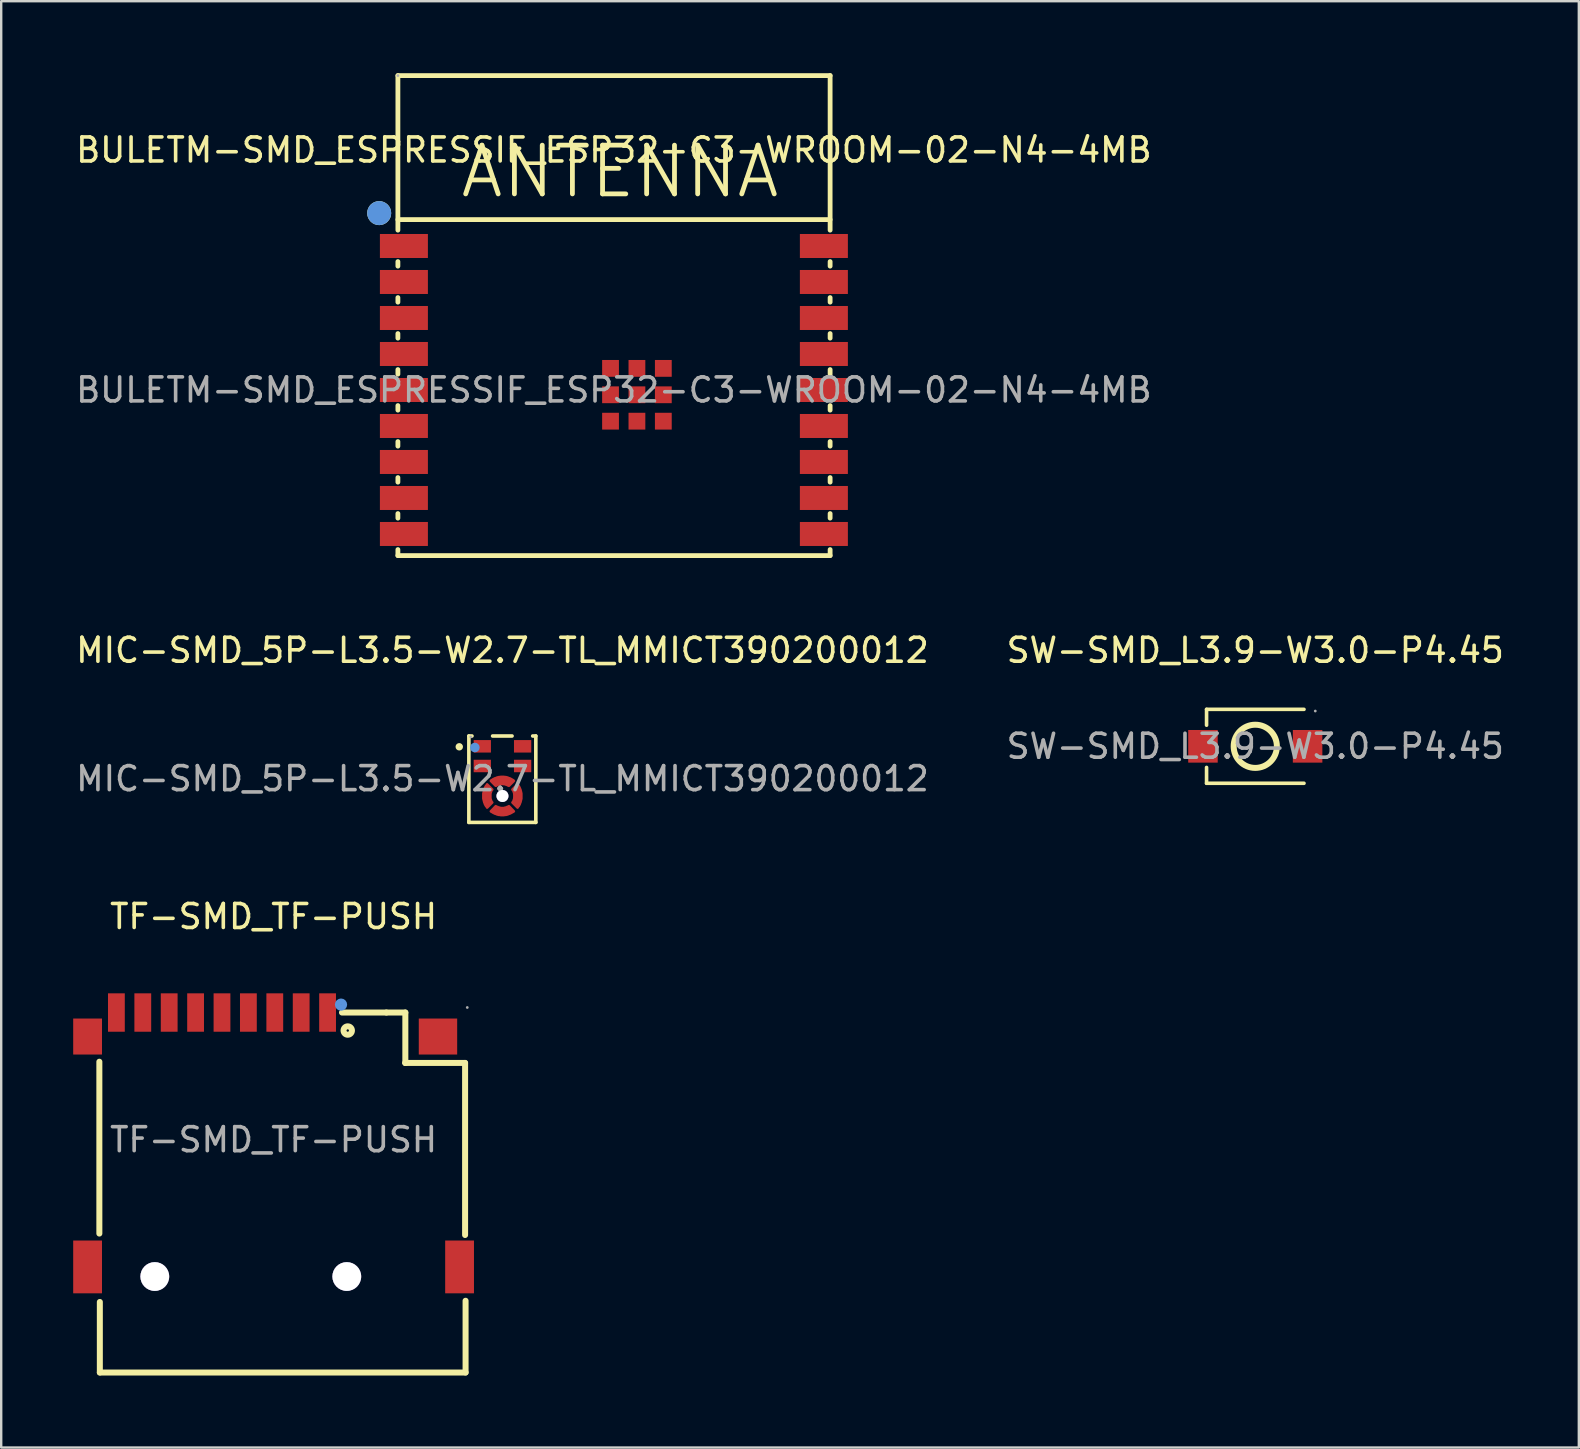
<source format=kicad_pcb>
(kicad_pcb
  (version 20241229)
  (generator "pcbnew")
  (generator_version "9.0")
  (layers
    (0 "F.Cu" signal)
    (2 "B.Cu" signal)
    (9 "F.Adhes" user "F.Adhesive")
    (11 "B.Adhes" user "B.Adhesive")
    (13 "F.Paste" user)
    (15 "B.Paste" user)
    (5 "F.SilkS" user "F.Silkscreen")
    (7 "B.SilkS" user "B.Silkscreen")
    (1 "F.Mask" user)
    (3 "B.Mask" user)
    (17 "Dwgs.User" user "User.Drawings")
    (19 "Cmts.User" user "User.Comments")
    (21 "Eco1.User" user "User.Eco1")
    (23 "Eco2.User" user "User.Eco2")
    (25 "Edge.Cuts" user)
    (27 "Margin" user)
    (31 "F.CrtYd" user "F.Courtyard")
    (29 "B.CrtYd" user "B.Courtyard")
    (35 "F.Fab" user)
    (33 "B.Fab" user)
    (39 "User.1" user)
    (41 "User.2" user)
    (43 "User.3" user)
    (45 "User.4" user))
  (footprint "BULETM-SMD_ESPRESSIF_ESP32-C3-WROOM-02-N4-4MB"
    (layer "F.Cu")
    (at 22.53 13.2)
    (property "Reference" "BULETM-SMD_ESPRESSIF_ESP32-C3-WROOM-02-N4-4MB" (at 0 -10 0) (layer "F.SilkS") (effects (font (size 1 1) (thickness 0.15))))
    (attr smd)
    (fp_line (start -9 -13.1) (end -9 -6.66) (stroke (width 0.2) (type solid)) (layer "F.SilkS"))
    (fp_line (start -9 -7.1) (end 9.01 -7.1) (stroke (width 0.2) (type solid)) (layer "F.SilkS"))
    (fp_line (start -9 -5.35) (end -9 -5.16) (stroke (width 0.2) (type solid)) (layer "F.SilkS"))
    (fp_line (start -9 -3.85) (end -9 -3.66) (stroke (width 0.2) (type solid)) (layer "F.SilkS"))
    (fp_line (start -9 -2.35) (end -9 -2.16) (stroke (width 0.2) (type solid)) (layer "F.SilkS"))
    (fp_line (start -9 -0.85) (end -9 -0.66) (stroke (width 0.2) (type solid)) (layer "F.SilkS"))
    (fp_line (start -9 0.65) (end -9 0.84) (stroke (width 0.2) (type solid)) (layer "F.SilkS"))
    (fp_line (start -9 2.15) (end -9 2.34) (stroke (width 0.2) (type solid)) (layer "F.SilkS"))
    (fp_line (start -9 3.65) (end -9 3.84) (stroke (width 0.2) (type solid)) (layer "F.SilkS"))
    (fp_line (start -9 5.15) (end -9 5.34) (stroke (width 0.2) (type solid)) (layer "F.SilkS"))
    (fp_line (start -9 6.65) (end -9 6.9) (stroke (width 0.2) (type solid)) (layer "F.SilkS"))
    (fp_line (start -9 6.9) (end 9.01 6.9) (stroke (width 0.2) (type solid)) (layer "F.SilkS"))
    (fp_line (start 9.01 -13.1) (end -9 -13.1) (stroke (width 0.2) (type solid)) (layer "F.SilkS"))
    (fp_line (start 9.01 -6.66) (end 9.01 -13.1) (stroke (width 0.2) (type solid)) (layer "F.SilkS"))
    (fp_line (start 9.01 -5.16) (end 9.01 -5.35) (stroke (width 0.2) (type solid)) (layer "F.SilkS"))
    (fp_line (start 9.01 -3.66) (end 9.01 -3.85) (stroke (width 0.2) (type solid)) (layer "F.SilkS"))
    (fp_line (start 9.01 -2.16) (end 9.01 -2.35) (stroke (width 0.2) (type solid)) (layer "F.SilkS"))
    (fp_line (start 9.01 -0.66) (end 9.01 -0.85) (stroke (width 0.2) (type solid)) (layer "F.SilkS"))
    (fp_line (start 9.01 0.84) (end 9.01 0.65) (stroke (width 0.2) (type solid)) (layer "F.SilkS"))
    (fp_line (start 9.01 2.34) (end 9.01 2.15) (stroke (width 0.2) (type solid)) (layer "F.SilkS"))
    (fp_line (start 9.01 3.84) (end 9.01 3.65) (stroke (width 0.2) (type solid)) (layer "F.SilkS"))
    (fp_line (start 9.01 5.34) (end 9.01 5.15) (stroke (width 0.2) (type solid)) (layer "F.SilkS"))
    (fp_line (start 9.01 6.9) (end 9.01 6.65) (stroke (width 0.2) (type solid)) (layer "F.SilkS"))
    (fp_circle (center -9.78 -7.37) (end -9.53 -7.37) (stroke (width 0.5) (type solid)) (fill no) (layer "F.SilkS"))
    (fp_circle (center -9.78 -7.37) (end -9.53 -7.37) (stroke (width 0.5) (type solid)) (fill no) (layer "Cmts.User"))
    (fp_circle (center -9 -13.1) (end -8.97 -13.1) (stroke (width 0.06) (type solid)) (fill no) (layer "F.Fab"))
    (fp_text user "ANTENNA" (at -6.5 -9.1 0) (layer "F.SilkS") (effects (font (size 2.03 2.03) (thickness 0.2)) (justify left)))
    (fp_text user "${REFERENCE}" (at 0 0 0) (layer "F.Fab") (effects (font (size 1 1) (thickness 0.15))))
    (pad "1" smd rect (at -8.75 -6) (size 2 1) (layers "F.Cu" "F.Mask" "F.Paste"))
    (pad "2" smd rect (at -8.75 -4.5) (size 2 1) (layers "F.Cu" "F.Mask" "F.Paste"))
    (pad "3" smd rect (at -8.75 -3) (size 2 1) (layers "F.Cu" "F.Mask" "F.Paste"))
    (pad "4" smd rect (at -8.75 -1.5) (size 2 1) (layers "F.Cu" "F.Mask" "F.Paste"))
    (pad "5" smd rect (at -8.75 0) (size 2 1) (layers "F.Cu" "F.Mask" "F.Paste"))
    (pad "6" smd rect (at -8.75 1.5) (size 2 1) (layers "F.Cu" "F.Mask" "F.Paste"))
    (pad "7" smd rect (at -8.75 3) (size 2 1) (layers "F.Cu" "F.Mask" "F.Paste"))
    (pad "8" smd rect (at -8.75 4.5) (size 2 1) (layers "F.Cu" "F.Mask" "F.Paste"))
    (pad "9" smd rect (at -8.75 6) (size 2 1) (layers "F.Cu" "F.Mask" "F.Paste"))
    (pad "10" smd rect (at 8.75 6) (size 2 1) (layers "F.Cu" "F.Mask" "F.Paste"))
    (pad "11" smd rect (at 8.75 4.5) (size 2 1) (layers "F.Cu" "F.Mask" "F.Paste"))
    (pad "12" smd rect (at 8.75 3) (size 2 1) (layers "F.Cu" "F.Mask" "F.Paste"))
    (pad "13" smd rect (at 8.75 1.5) (size 2 1) (layers "F.Cu" "F.Mask" "F.Paste"))
    (pad "14" smd rect (at 8.75 0) (size 2 1) (layers "F.Cu" "F.Mask" "F.Paste"))
    (pad "15" smd rect (at 8.75 -1.5) (size 2 1) (layers "F.Cu" "F.Mask" "F.Paste"))
    (pad "16" smd rect (at 8.75 -3) (size 2 1) (layers "F.Cu" "F.Mask" "F.Paste"))
    (pad "17" smd rect (at 8.75 -4.5) (size 2 1) (layers "F.Cu" "F.Mask" "F.Paste"))
    (pad "18" smd rect (at 8.75 -6) (size 2 1) (layers "F.Cu" "F.Mask" "F.Paste"))
    (pad "19" smd rect (at -0.14 -0.9) (size 0.7 0.7) (layers "F.Cu" "F.Mask" "F.Paste"))
    (pad "19" smd rect (at -0.14 0.2) (size 0.7 0.7) (layers "F.Cu" "F.Mask" "F.Paste"))
    (pad "19" smd rect (at -0.14 1.3) (size 0.7 0.7) (layers "F.Cu" "F.Mask" "F.Paste"))
    (pad "19" smd rect (at 0.96 -0.9) (size 0.7 0.7) (layers "F.Cu" "F.Mask" "F.Paste"))
    (pad "19" smd rect (at 0.96 0.2) (size 0.7 0.7) (layers "F.Cu" "F.Mask" "F.Paste"))
    (pad "19" smd rect (at 0.96 1.3) (size 0.7 0.7) (layers "F.Cu" "F.Mask" "F.Paste"))
    (pad "19" smd rect (at 2.06 -0.9) (size 0.7 0.7) (layers "F.Cu" "F.Mask" "F.Paste"))
    (pad "19" smd rect (at 2.06 0.2) (size 0.7 0.7) (layers "F.Cu" "F.Mask" "F.Paste"))
    (pad "19" smd rect (at 2.06 1.3) (size 0.7 0.7) (layers "F.Cu" "F.Mask" "F.Paste")))
  (footprint "TF-SMD_TF-PUSH"
    (layer "F.Cu")
    (at 8.35 44.441)
    (property "Reference" "TF-SMD_TF-PUSH" (at 0 -9.3 0) (layer "F.SilkS") (effects (font (size 1 1) (thickness 0.15))))
    (attr smd)
    (fp_line (start -7.26 -3.25) (end -7.26 3.91) (stroke (width 0.25) (type solid)) (layer "F.SilkS"))
    (fp_line (start -7.24 9.7) (end -7.24 6.76) (stroke (width 0.25) (type solid)) (layer "F.SilkS"))
    (fp_line (start -7.24 9.7) (end 8 9.7) (stroke (width 0.25) (type solid)) (layer "F.SilkS"))
    (fp_line (start 4.7 -5.3) (end 2.85 -5.3) (stroke (width 0.25) (type solid)) (layer "F.SilkS"))
    (fp_line (start 4.7 -5.3) (end 5.49 -5.3) (stroke (width 0.25) (type solid)) (layer "F.SilkS"))
    (fp_line (start 5.49 -5.3) (end 5.49 -3.2) (stroke (width 0.25) (type solid)) (layer "F.SilkS"))
    (fp_line (start 5.49 -3.2) (end 5.5 -3.2) (stroke (width 0.25) (type solid)) (layer "F.SilkS"))
    (fp_line (start 7.98 -3.2) (end 5.49 -3.2) (stroke (width 0.25) (type solid)) (layer "F.SilkS"))
    (fp_line (start 7.98 3.97) (end 7.98 -3.2) (stroke (width 0.25) (type solid)) (layer "F.SilkS"))
    (fp_line (start 8 9.7) (end 8 6.71) (stroke (width 0.25) (type solid)) (layer "F.SilkS"))
    (fp_circle (center 3.09 -4.55) (end 3.14 -4.55) (stroke (width 0.25) (type solid)) (fill no) (layer "F.SilkS"))
    (fp_circle (center -4.95 5.7) (end -4.75 5.7) (stroke (width 0.4) (type solid)) (fill no) (layer "Cmts.User"))
    (fp_circle (center 2.81 -5.63) (end 2.94 -5.63) (stroke (width 0.25) (type solid)) (fill no) (layer "Cmts.User"))
    (fp_circle (center 3.05 5.7) (end 3.25 5.7) (stroke (width 0.4) (type solid)) (fill no) (layer "Cmts.User"))
    (fp_circle (center 8.07 -5.51) (end 8.1 -5.51) (stroke (width 0.06) (type solid)) (fill no) (layer "F.Fab"))
    (fp_text user "${REFERENCE}" (at 0 0 0) (layer "F.Fab") (effects (font (size 1 1) (thickness 0.15))))
    (pad "" thru_hole circle (at -4.95 5.7) (size 1.2 1.2) (drill 1.2) (layers "*.Cu" "*.Mask"))
    (pad "" thru_hole circle (at 3.05 5.7) (size 1.2 1.2) (drill 1.2) (layers "*.Cu" "*.Mask"))
    (pad "1" smd rect (at 2.25 -5.3) (size 0.7 1.6) (layers "F.Cu" "F.Mask" "F.Paste"))
    (pad "2" smd rect (at 1.15 -5.3) (size 0.7 1.6) (layers "F.Cu" "F.Mask" "F.Paste"))
    (pad "3" smd rect (at 0.05 -5.3) (size 0.7 1.6) (layers "F.Cu" "F.Mask" "F.Paste"))
    (pad "4" smd rect (at -1.05 -5.3) (size 0.7 1.6) (layers "F.Cu" "F.Mask" "F.Paste"))
    (pad "5" smd rect (at -2.15 -5.3) (size 0.7 1.6) (layers "F.Cu" "F.Mask" "F.Paste"))
    (pad "6" smd rect (at -3.25 -5.3) (size 0.7 1.6) (layers "F.Cu" "F.Mask" "F.Paste"))
    (pad "7" smd rect (at -4.35 -5.3) (size 0.7 1.6) (layers "F.Cu" "F.Mask" "F.Paste"))
    (pad "8" smd rect (at -5.45 -5.3) (size 0.7 1.6) (layers "F.Cu" "F.Mask" "F.Paste"))
    (pad "10" smd rect (at -7.75 -4.3) (size 1.2 1.5) (layers "F.Cu" "F.Mask" "F.Paste"))
    (pad "11" smd rect (at -7.75 5.3) (size 1.2 2.2) (layers "F.Cu" "F.Mask" "F.Paste"))
    (pad "12" smd rect (at 7.75 5.3) (size 1.2 2.2) (layers "F.Cu" "F.Mask" "F.Paste"))
    (pad "13" smd rect (at 6.85 -4.3) (size 1.6 1.5) (layers "F.Cu" "F.Mask" "F.Paste"))
    (pad "CD" smd rect (at -6.55 -5.3) (size 0.7 1.6) (layers "F.Cu" "F.Mask" "F.Paste")))
  (footprint "SW-SMD_L3.9-W3.0-P4.45"
    (layer "F.Cu")
    (at 49.256 28.048)
    (property "Reference" "SW-SMD_L3.9-W3.0-P4.45" (at 0 -4 0) (layer "F.SilkS") (effects (font (size 1 1) (thickness 0.15))))
    (attr smd)
    (fp_line (start -2.03 -1.54) (end -2.03 -0.88) (stroke (width 0.15) (type solid)) (layer "F.SilkS"))
    (fp_line (start -2.03 1.54) (end -2.03 0.88) (stroke (width 0.15) (type solid)) (layer "F.SilkS"))
    (fp_line (start 2.03 -1.54) (end -2.03 -1.54) (stroke (width 0.15) (type solid)) (layer "F.SilkS"))
    (fp_line (start 2.03 1.54) (end -2.03 1.54) (stroke (width 0.15) (type solid)) (layer "F.SilkS"))
    (fp_circle (center 0 0) (end 0.9 0) (stroke (width 0.25) (type solid)) (fill no) (layer "F.SilkS"))
    (fp_circle (center 2.5 -1.47) (end 2.53 -1.47) (stroke (width 0.06) (type solid)) (fill no) (layer "F.Fab"))
    (fp_text user "${REFERENCE}" (at 0 0 0) (layer "F.Fab") (effects (font (size 1 1) (thickness 0.15))))
    (pad "1" smd rect (at -2.18 0) (size 1.23 1.36) (layers "F.Cu" "F.Mask" "F.Paste"))
    (pad "2" smd rect (at 2.18 0) (size 1.23 1.36) (layers "F.Cu" "F.Mask" "F.Paste")))
  (footprint "MIC-SMD_5P-L3.5-W2.7-TL_MMICT390200012"
    (layer "F.Cu")
    (at 17.887 29.398)
    (property "Reference" "MIC-SMD_5P-L3.5-W2.7-TL_MMICT390200012" (at 0 -5.35 0) (layer "F.SilkS") (effects (font (size 1 1) (thickness 0.15))))
    (attr through_hole)
    (fp_line (start -1.4 -1.78) (end -1.4 1.82) (stroke (width 0.15) (type solid)) (layer "F.SilkS"))
    (fp_line (start -1.4 1.82) (end 1.39 1.82) (stroke (width 0.15) (type solid)) (layer "F.SilkS"))
    (fp_line (start -1.27 -1.78) (end -1.4 -1.78) (stroke (width 0.15) (type solid)) (layer "F.SilkS"))
    (fp_line (start 0.4 -1.78) (end -0.41 -1.78) (stroke (width 0.15) (type solid)) (layer "F.SilkS"))
    (fp_line (start 1.39 -1.78) (end 1.26 -1.78) (stroke (width 0.15) (type solid)) (layer "F.SilkS"))
    (fp_line (start 1.39 1.82) (end 1.39 -1.78) (stroke (width 0.15) (type solid)) (layer "F.SilkS"))
    (fp_circle (center -1.8 -1.33) (end -1.72 -1.33) (stroke (width 0.15) (type solid)) (fill no) (layer "F.SilkS"))
    (fp_circle (center -1.15 -1.3) (end -1.05 -1.3) (stroke (width 0.2) (type solid)) (fill no) (layer "Cmts.User"))
    (fp_circle (center 0 0.72) (end 0.1 0.72) (stroke (width 0.2) (type solid)) (fill no) (layer "Cmts.User"))
    (fp_circle (center -1.32 -1.74) (end -1.29 -1.74) (stroke (width 0.06) (type solid)) (fill no) (layer "F.Fab"))
    (fp_text user "${REFERENCE}" (at 0 0 0) (layer "F.Fab") (effects (font (size 1 1) (thickness 0.15))))
    (pad "" thru_hole circle (at 0 0.72) (size 0.5 0.5) (drill 0.5) (layers "*.Cu" "*.Mask"))
    (pad "1" smd rect (at -0.84 -1.35) (size 0.72 0.52) (layers "F.Cu" "F.Mask" "F.Paste"))
    (pad "2" smd rect (at -0.84 -0.53) (size 0.72 0.52) (layers "F.Cu" "F.Mask" "F.Paste"))
    (pad "3" smd custom (at -0.63 0.73) (size 0.01 0.01) (layers "F.Cu" "F.Mask" "F.Paste") (options (anchor circle)) (primitives (gr_poly (pts (xy -0.01 0.48) (xy 0.21 0.26) (xy 0.19 0.24) (xy 0.17 0.21) (xy 0.16 0.18) (xy 0.15 0.15) (xy 0.14 0.12) (xy 0.13 0.09) (xy 0.13 0.05) (xy 0.13 0.02) (xy 0.13 -0.01) (xy 0.13 -0.04) (xy 0.13 -0.07) (xy 0.13 -0.1) (xy 0.14 -0.14) (xy 0.15 -0.17) (xy 0.16 -0.2) (xy 0.17 -0.23) (xy 0.19 -0.25) (xy 0.21 -0.28) (xy -0.01 -0.5) (xy -0.03 -0.46) (xy -0.06 -0.43) (xy -0.08 -0.39) (xy -0.1 -0.35) (xy -0.11 -0.32) (xy -0.13 -0.28) (xy -0.14 -0.24) (xy -0.15 -0.2) (xy -0.16 -0.15) (xy -0.17 -0.11) (xy -0.17 -0.07) (xy -0.17 -0.03) (xy -0.17 0.01) (xy -0.17 0.05) (xy -0.17 0.1) (xy -0.16 0.14) (xy -0.15 0.18) (xy -0.14 0.22) (xy -0.13 0.26) (xy -0.11 0.3) (xy -0.1 0.34) (xy -0.08 0.37) (xy -0.06 0.41) (xy -0.03 0.44) (xy -0.01 0.48)) (width 0.1) (fill yes))))
    (pad "3" smd custom (at -0.01 0.09) (size 0.01 0.01) (layers "F.Cu" "F.Mask" "F.Paste") (options (anchor circle)) (primitives (gr_poly (pts (xy -0.48 0) (xy -0.27 0.21) (xy -0.24 0.2) (xy -0.21 0.18) (xy -0.18 0.17) (xy -0.15 0.16) (xy -0.12 0.15) (xy -0.09 0.14) (xy -0.06 0.14) (xy -0.03 0.13) (xy 0.01 0.13) (xy 0.04 0.13) (xy 0.07 0.14) (xy 0.1 0.14) (xy 0.13 0.15) (xy 0.16 0.16) (xy 0.19 0.17) (xy 0.22 0.18) (xy 0.25 0.2) (xy 0.28 0.21) (xy 0.49 0) (xy 0.46 -0.03) (xy 0.42 -0.05) (xy 0.39 -0.07) (xy 0.35 -0.09) (xy 0.31 -0.11) (xy 0.27 -0.12) (xy 0.23 -0.14) (xy 0.19 -0.15) (xy 0.15 -0.16) (xy 0.11 -0.16) (xy 0.07 -0.17) (xy 0.03 -0.17) (xy -0.02 -0.17) (xy -0.06 -0.17) (xy -0.1 -0.16) (xy -0.14 -0.16) (xy -0.18 -0.15) (xy -0.22 -0.14) (xy -0.26 -0.12) (xy -0.3 -0.11) (xy -0.34 -0.09) (xy -0.38 -0.07) (xy -0.41 -0.05) (xy -0.45 -0.03) (xy -0.48 0)) (width 0.1) (fill yes))))
    (pad "3" smd custom (at 0.01 1.35) (size 0.01 0.01) (layers "F.Cu" "F.Mask" "F.Paste") (options (anchor circle)) (primitives (gr_poly (pts (xy 0.47 0.01) (xy 0.26 -0.21) (xy 0.23 -0.19) (xy 0.2 -0.18) (xy 0.17 -0.17) (xy 0.14 -0.15) (xy 0.11 -0.15) (xy 0.08 -0.14) (xy 0.05 -0.13) (xy 0.02 -0.13) (xy -0.01 -0.13) (xy -0.05 -0.13) (xy -0.08 -0.13) (xy -0.11 -0.14) (xy -0.14 -0.15) (xy -0.17 -0.15) (xy -0.2 -0.17) (xy -0.23 -0.18) (xy -0.26 -0.19) (xy -0.29 -0.21) (xy -0.5 0.01) (xy -0.47 0.03) (xy -0.43 0.05) (xy -0.4 0.07) (xy -0.36 0.09) (xy -0.32 0.11) (xy -0.28 0.12) (xy -0.24 0.14) (xy -0.2 0.15) (xy -0.16 0.16) (xy -0.12 0.16) (xy -0.08 0.17) (xy -0.04 0.17) (xy 0.01 0.17) (xy 0.05 0.17) (xy 0.09 0.16) (xy 0.13 0.16) (xy 0.17 0.15) (xy 0.21 0.14) (xy 0.25 0.12) (xy 0.29 0.11) (xy 0.33 0.09) (xy 0.37 0.07) (xy 0.4 0.05) (xy 0.44 0.03) (xy 0.47 0.01)) (width 0.1) (fill yes))))
    (pad "3" smd custom (at 0.63 0.72) (size 0.01 0.01) (layers "F.Cu" "F.Mask" "F.Paste") (options (anchor circle)) (primitives (gr_poly (pts (xy 0 -0.49) (xy -0.22 -0.27) (xy -0.2 -0.24) (xy -0.18 -0.22) (xy -0.17 -0.19) (xy -0.16 -0.16) (xy -0.15 -0.13) (xy -0.14 -0.09) (xy -0.14 -0.06) (xy -0.14 -0.03) (xy -0.13 0) (xy -0.14 0.03) (xy -0.14 0.06) (xy -0.14 0.1) (xy -0.15 0.13) (xy -0.16 0.16) (xy -0.17 0.19) (xy -0.18 0.22) (xy -0.2 0.25) (xy -0.22 0.27) (xy 0 0.49) (xy 0.02 0.45) (xy 0.05 0.42) (xy 0.07 0.38) (xy 0.09 0.35) (xy 0.1 0.31) (xy 0.12 0.27) (xy 0.13 0.23) (xy 0.14 0.19) (xy 0.15 0.15) (xy 0.16 0.11) (xy 0.16 0.06) (xy 0.16 0.02) (xy 0.16 -0.02) (xy 0.16 -0.06) (xy 0.16 -0.1) (xy 0.15 -0.15) (xy 0.14 -0.19) (xy 0.13 -0.23) (xy 0.12 -0.27) (xy 0.1 -0.31) (xy 0.09 -0.34) (xy 0.07 -0.38) (xy 0.05 -0.42) (xy 0.02 -0.45) (xy 0 -0.49)) (width 0.1) (fill yes))))
    (pad "4" smd rect (at 0.84 -0.53) (size 0.72 0.52) (layers "F.Cu" "F.Mask" "F.Paste"))
    (pad "5" smd rect (at 0.84 -1.35) (size 0.72 0.52) (layers "F.Cu" "F.Mask" "F.Paste")))
  (gr_rect
    (start -3 -3)
    (end 62.738 57.267)
    (stroke (width 0.1) (type default))
    (fill no)
    (layer "Edge.Cuts")))
</source>
